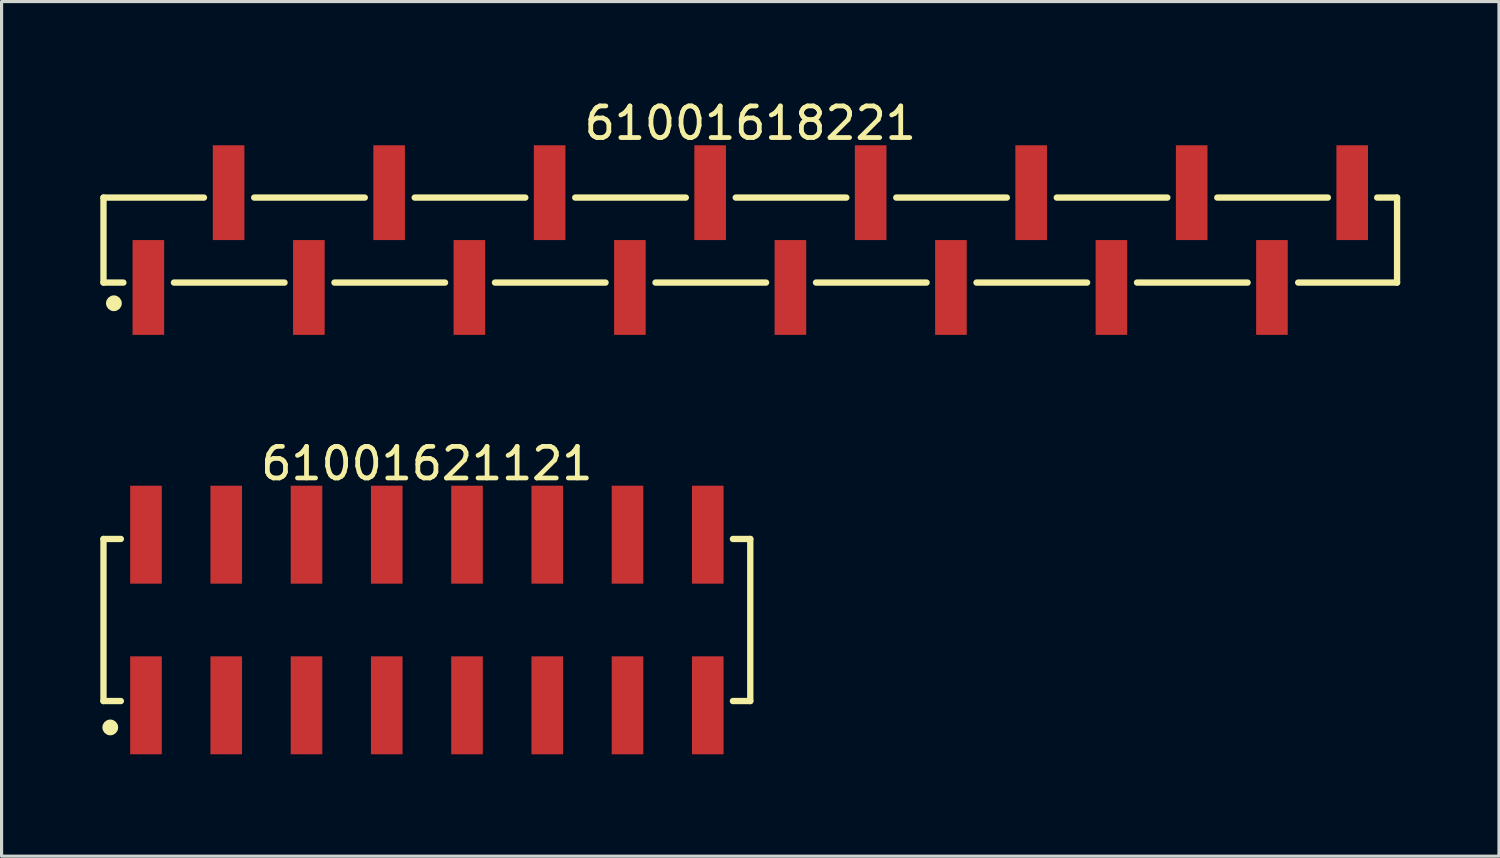
<source format=kicad_pcb>
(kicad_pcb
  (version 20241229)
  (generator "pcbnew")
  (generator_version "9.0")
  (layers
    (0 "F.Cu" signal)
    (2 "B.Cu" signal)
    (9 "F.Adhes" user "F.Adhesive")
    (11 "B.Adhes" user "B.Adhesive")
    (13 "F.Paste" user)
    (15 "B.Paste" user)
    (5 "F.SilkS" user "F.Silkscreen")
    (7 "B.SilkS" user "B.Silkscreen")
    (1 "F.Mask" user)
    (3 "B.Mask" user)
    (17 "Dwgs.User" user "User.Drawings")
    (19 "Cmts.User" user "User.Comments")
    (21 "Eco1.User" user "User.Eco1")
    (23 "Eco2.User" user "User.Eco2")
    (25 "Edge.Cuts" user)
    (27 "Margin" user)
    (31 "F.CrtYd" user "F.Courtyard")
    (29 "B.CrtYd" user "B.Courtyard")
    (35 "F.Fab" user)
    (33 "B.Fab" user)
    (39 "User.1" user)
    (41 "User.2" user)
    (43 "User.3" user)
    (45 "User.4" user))
  (footprint "61001618221"
    (layer "F.Cu")
    (at 20.695 4.548)
    (property "Reference" "61001618221" (at 0 -3.7 0) (layer "F.SilkS") (effects (font (size 1 1) (thickness 0.15))))
    (fp_line (start -20.47 -1.345) (end -17.29 -1.345) (stroke (width 0.2) (type solid)) (layer "F.SilkS"))
    (fp_line (start -20.47 1.345) (end -20.47 -1.345) (stroke (width 0.2) (type solid)) (layer "F.SilkS"))
    (fp_line (start -20.47 1.345) (end -19.84 1.345) (stroke (width 0.2) (type solid)) (layer "F.SilkS"))
    (fp_line (start -18.24 1.345) (end -14.74 1.345) (stroke (width 0.2) (type solid)) (layer "F.SilkS"))
    (fp_line (start -15.7 -1.345) (end -12.2 -1.345) (stroke (width 0.2) (type solid)) (layer "F.SilkS"))
    (fp_line (start -13.16 1.345) (end -9.66 1.345) (stroke (width 0.2) (type solid)) (layer "F.SilkS"))
    (fp_line (start -10.62 -1.345) (end -7.12 -1.345) (stroke (width 0.2) (type solid)) (layer "F.SilkS"))
    (fp_line (start -8.08 1.345) (end -4.58 1.345) (stroke (width 0.2) (type solid)) (layer "F.SilkS"))
    (fp_line (start -5.54 -1.345) (end -2.04 -1.345) (stroke (width 0.2) (type solid)) (layer "F.SilkS"))
    (fp_line (start -3 1.345) (end 0.5 1.345) (stroke (width 0.2) (type solid)) (layer "F.SilkS"))
    (fp_line (start -0.46 -1.345) (end 3.04 -1.345) (stroke (width 0.2) (type solid)) (layer "F.SilkS"))
    (fp_line (start 2.08 1.345) (end 5.58 1.345) (stroke (width 0.2) (type solid)) (layer "F.SilkS"))
    (fp_line (start 4.62 -1.345) (end 8.12 -1.345) (stroke (width 0.2) (type solid)) (layer "F.SilkS"))
    (fp_line (start 7.16 1.345) (end 10.66 1.345) (stroke (width 0.2) (type solid)) (layer "F.SilkS"))
    (fp_line (start 9.7 -1.345) (end 13.2 -1.345) (stroke (width 0.2) (type solid)) (layer "F.SilkS"))
    (fp_line (start 12.24 1.345) (end 15.74 1.345) (stroke (width 0.2) (type solid)) (layer "F.SilkS"))
    (fp_line (start 14.78 -1.345) (end 18.28 -1.345) (stroke (width 0.2) (type solid)) (layer "F.SilkS"))
    (fp_line (start 17.34 1.345) (end 20.47 1.345) (stroke (width 0.2) (type solid)) (layer "F.SilkS"))
    (fp_line (start 19.84 -1.345) (end 20.47 -1.345) (stroke (width 0.2) (type solid)) (layer "F.SilkS"))
    (fp_line (start 20.47 1.345) (end 20.47 -1.345) (stroke (width 0.2) (type solid)) (layer "F.SilkS"))
    (fp_circle (center -20.14 2) (end -20.14 1.875) (stroke (width 0.25) (type solid)) (fill no) (layer "F.SilkS"))
    (fp_line (start -20.67 -3.2) (end 20.67 -3.2) (stroke (width 0.05) (type solid)) (layer "Eco2.User"))
    (fp_line (start -20.67 3.2) (end -20.67 -3.2) (stroke (width 0.05) (type solid)) (layer "Eco2.User"))
    (fp_line (start -20.67 3.2) (end 20.67 3.2) (stroke (width 0.05) (type solid)) (layer "Eco2.User"))
    (fp_line (start -20.32 -1.27) (end 20.32 -1.27) (stroke (width 0.1) (type solid)) (layer "Eco2.User"))
    (fp_line (start -20.32 1.27) (end -20.32 -1.27) (stroke (width 0.1) (type solid)) (layer "Eco2.User"))
    (fp_line (start -20.32 1.27) (end 20.32 1.27) (stroke (width 0.1) (type solid)) (layer "Eco2.User"))
    (fp_line (start -19.37 2.5) (end -19.37 1.27) (stroke (width 0.1) (type solid)) (layer "Eco2.User"))
    (fp_line (start -19.37 2.5) (end -18.73 2.5) (stroke (width 0.1) (type solid)) (layer "Eco2.User"))
    (fp_line (start -18.73 2.5) (end -18.73 1.27) (stroke (width 0.1) (type solid)) (layer "Eco2.User"))
    (fp_line (start -16.83 -2.5) (end -16.19 -2.5) (stroke (width 0.1) (type solid)) (layer "Eco2.User"))
    (fp_line (start -16.83 -1.27) (end -16.83 -2.5) (stroke (width 0.1) (type solid)) (layer "Eco2.User"))
    (fp_line (start -16.19 -1.27) (end -16.19 -2.5) (stroke (width 0.1) (type solid)) (layer "Eco2.User"))
    (fp_line (start -14.29 2.5) (end -14.29 1.27) (stroke (width 0.1) (type solid)) (layer "Eco2.User"))
    (fp_line (start -14.29 2.5) (end -13.65 2.5) (stroke (width 0.1) (type solid)) (layer "Eco2.User"))
    (fp_line (start -13.65 2.5) (end -13.65 1.27) (stroke (width 0.1) (type solid)) (layer "Eco2.User"))
    (fp_line (start -11.75 -2.5) (end -11.11 -2.5) (stroke (width 0.1) (type solid)) (layer "Eco2.User"))
    (fp_line (start -11.75 -1.27) (end -11.75 -2.5) (stroke (width 0.1) (type solid)) (layer "Eco2.User"))
    (fp_line (start -11.11 -1.27) (end -11.11 -2.5) (stroke (width 0.1) (type solid)) (layer "Eco2.User"))
    (fp_line (start -9.21 2.5) (end -9.21 1.27) (stroke (width 0.1) (type solid)) (layer "Eco2.User"))
    (fp_line (start -9.21 2.5) (end -8.57 2.5) (stroke (width 0.1) (type solid)) (layer "Eco2.User"))
    (fp_line (start -8.57 2.5) (end -8.57 1.27) (stroke (width 0.1) (type solid)) (layer "Eco2.User"))
    (fp_line (start -6.67 -2.5) (end -6.03 -2.5) (stroke (width 0.1) (type solid)) (layer "Eco2.User"))
    (fp_line (start -6.67 -1.27) (end -6.67 -2.5) (stroke (width 0.1) (type solid)) (layer "Eco2.User"))
    (fp_line (start -6.03 -1.27) (end -6.03 -2.5) (stroke (width 0.1) (type solid)) (layer "Eco2.User"))
    (fp_line (start -4.13 2.5) (end -4.13 1.27) (stroke (width 0.1) (type solid)) (layer "Eco2.User"))
    (fp_line (start -4.13 2.5) (end -3.49 2.5) (stroke (width 0.1) (type solid)) (layer "Eco2.User"))
    (fp_line (start -3.49 2.5) (end -3.49 1.27) (stroke (width 0.1) (type solid)) (layer "Eco2.User"))
    (fp_line (start -1.59 -2.5) (end -0.95 -2.5) (stroke (width 0.1) (type solid)) (layer "Eco2.User"))
    (fp_line (start -1.59 -1.27) (end -1.59 -2.5) (stroke (width 0.1) (type solid)) (layer "Eco2.User"))
    (fp_line (start -0.95 -1.27) (end -0.95 -2.5) (stroke (width 0.1) (type solid)) (layer "Eco2.User"))
    (fp_line (start -0.5 0) (end 0.5 0) (stroke (width 0.05) (type solid)) (layer "Eco2.User"))
    (fp_line (start 0 0.5) (end 0 -0.5) (stroke (width 0.05) (type solid)) (layer "Eco2.User"))
    (fp_line (start 0.95 2.5) (end 0.95 1.27) (stroke (width 0.1) (type solid)) (layer "Eco2.User"))
    (fp_line (start 0.95 2.5) (end 1.59 2.5) (stroke (width 0.1) (type solid)) (layer "Eco2.User"))
    (fp_line (start 1.59 2.5) (end 1.59 1.27) (stroke (width 0.1) (type solid)) (layer "Eco2.User"))
    (fp_line (start 3.49 -2.5) (end 4.13 -2.5) (stroke (width 0.1) (type solid)) (layer "Eco2.User"))
    (fp_line (start 3.49 -1.27) (end 3.49 -2.5) (stroke (width 0.1) (type solid)) (layer "Eco2.User"))
    (fp_line (start 4.13 -1.27) (end 4.13 -2.5) (stroke (width 0.1) (type solid)) (layer "Eco2.User"))
    (fp_line (start 6.03 2.5) (end 6.03 1.27) (stroke (width 0.1) (type solid)) (layer "Eco2.User"))
    (fp_line (start 6.03 2.5) (end 6.67 2.5) (stroke (width 0.1) (type solid)) (layer "Eco2.User"))
    (fp_line (start 6.67 2.5) (end 6.67 1.27) (stroke (width 0.1) (type solid)) (layer "Eco2.User"))
    (fp_line (start 8.57 -2.5) (end 9.21 -2.5) (stroke (width 0.1) (type solid)) (layer "Eco2.User"))
    (fp_line (start 8.57 -1.27) (end 8.57 -2.5) (stroke (width 0.1) (type solid)) (layer "Eco2.User"))
    (fp_line (start 9.21 -1.27) (end 9.21 -2.5) (stroke (width 0.1) (type solid)) (layer "Eco2.User"))
    (fp_line (start 11.11 2.5) (end 11.11 1.27) (stroke (width 0.1) (type solid)) (layer "Eco2.User"))
    (fp_line (start 11.11 2.5) (end 11.75 2.5) (stroke (width 0.1) (type solid)) (layer "Eco2.User"))
    (fp_line (start 11.75 2.5) (end 11.75 1.27) (stroke (width 0.1) (type solid)) (layer "Eco2.User"))
    (fp_line (start 13.65 -2.5) (end 14.29 -2.5) (stroke (width 0.1) (type solid)) (layer "Eco2.User"))
    (fp_line (start 13.65 -1.27) (end 13.65 -2.5) (stroke (width 0.1) (type solid)) (layer "Eco2.User"))
    (fp_line (start 14.29 -1.27) (end 14.29 -2.5) (stroke (width 0.1) (type solid)) (layer "Eco2.User"))
    (fp_line (start 16.19 2.5) (end 16.19 1.27) (stroke (width 0.1) (type solid)) (layer "Eco2.User"))
    (fp_line (start 16.19 2.5) (end 16.83 2.5) (stroke (width 0.1) (type solid)) (layer "Eco2.User"))
    (fp_line (start 16.83 2.5) (end 16.83 1.27) (stroke (width 0.1) (type solid)) (layer "Eco2.User"))
    (fp_line (start 18.73 -2.5) (end 19.37 -2.5) (stroke (width 0.1) (type solid)) (layer "Eco2.User"))
    (fp_line (start 18.73 -1.27) (end 18.73 -2.5) (stroke (width 0.1) (type solid)) (layer "Eco2.User"))
    (fp_line (start 19.37 -1.27) (end 19.37 -2.5) (stroke (width 0.1) (type solid)) (layer "Eco2.User"))
    (fp_line (start 20.32 1.27) (end 20.32 -1.27) (stroke (width 0.1) (type solid)) (layer "Eco2.User"))
    (fp_line (start 20.67 3.2) (end 20.67 -3.2) (stroke (width 0.05) (type solid)) (layer "Eco2.User"))
    (fp_text user "${REFERENCE}" (at 0.15 -0.197 0) (unlocked yes) (layer "User.3") (effects (font (size 1.5 1.5) (thickness 0.15))))
    (pad "1" smd rect (at -19.05 1.5) (size 1 3) (layers "F.Cu" "F.Mask" "F.Paste"))
    (pad "2" smd rect (at -16.51 -1.5) (size 1 3) (layers "F.Cu" "F.Mask" "F.Paste"))
    (pad "3" smd rect (at -13.97 1.5) (size 1 3) (layers "F.Cu" "F.Mask" "F.Paste"))
    (pad "4" smd rect (at -11.43 -1.5) (size 1 3) (layers "F.Cu" "F.Mask" "F.Paste"))
    (pad "5" smd rect (at -8.89 1.5) (size 1 3) (layers "F.Cu" "F.Mask" "F.Paste"))
    (pad "6" smd rect (at -6.35 -1.5) (size 1 3) (layers "F.Cu" "F.Mask" "F.Paste"))
    (pad "7" smd rect (at -3.81 1.5) (size 1 3) (layers "F.Cu" "F.Mask" "F.Paste"))
    (pad "8" smd rect (at -1.27 -1.5) (size 1 3) (layers "F.Cu" "F.Mask" "F.Paste"))
    (pad "9" smd rect (at 1.27 1.5) (size 1 3) (layers "F.Cu" "F.Mask" "F.Paste"))
    (pad "10" smd rect (at 3.81 -1.5) (size 1 3) (layers "F.Cu" "F.Mask" "F.Paste"))
    (pad "11" smd rect (at 6.35 1.5) (size 1 3) (layers "F.Cu" "F.Mask" "F.Paste"))
    (pad "12" smd rect (at 8.89 -1.5) (size 1 3) (layers "F.Cu" "F.Mask" "F.Paste"))
    (pad "13" smd rect (at 11.43 1.5) (size 1 3) (layers "F.Cu" "F.Mask" "F.Paste"))
    (pad "14" smd rect (at 13.97 -1.5) (size 1 3) (layers "F.Cu" "F.Mask" "F.Paste"))
    (pad "15" smd rect (at 16.51 1.5) (size 1 3) (layers "F.Cu" "F.Mask" "F.Paste"))
    (pad "16" smd rect (at 19.05 -1.5) (size 1 3) (layers "F.Cu" "F.Mask" "F.Paste")))
  (footprint "61001621121"
    (layer "F.Cu")
    (at 10.46 16.572)
    (property "Reference" "61001621121" (at 0 -4.95 0) (layer "F.SilkS") (effects (font (size 1 1) (thickness 0.15))))
    (fp_line (start -10.235 -2.565) (end -9.685 -2.565) (stroke (width 0.2) (type solid)) (layer "F.SilkS"))
    (fp_line (start -10.235 2.565) (end -10.235 -2.565) (stroke (width 0.2) (type solid)) (layer "F.SilkS"))
    (fp_line (start -10.235 2.565) (end -9.685 2.565) (stroke (width 0.2) (type solid)) (layer "F.SilkS"))
    (fp_line (start 9.685 -2.565) (end 10.235 -2.565) (stroke (width 0.2) (type solid)) (layer "F.SilkS"))
    (fp_line (start 9.685 2.565) (end 10.235 2.565) (stroke (width 0.2) (type solid)) (layer "F.SilkS"))
    (fp_line (start 10.235 2.565) (end 10.235 -2.565) (stroke (width 0.2) (type solid)) (layer "F.SilkS"))
    (fp_circle (center -10.02 3.4) (end -10.02 3.275) (stroke (width 0.25) (type solid)) (fill no) (layer "F.SilkS"))
    (fp_line (start -10.435 -4.45) (end 10.435 -4.45) (stroke (width 0.05) (type solid)) (layer "Eco2.User"))
    (fp_line (start -10.435 4.45) (end -10.435 -4.45) (stroke (width 0.05) (type solid)) (layer "Eco2.User"))
    (fp_line (start -10.435 4.45) (end 10.435 4.45) (stroke (width 0.05) (type solid)) (layer "Eco2.User"))
    (fp_line (start -10.16 -2.54) (end 10.16 -2.54) (stroke (width 0.1) (type solid)) (layer "Eco2.User"))
    (fp_line (start -10.16 2.54) (end -10.16 -2.54) (stroke (width 0.1) (type solid)) (layer "Eco2.User"))
    (fp_line (start -10.16 2.54) (end 10.16 2.54) (stroke (width 0.1) (type solid)) (layer "Eco2.User"))
    (fp_line (start -9.21 -3.75) (end -8.57 -3.75) (stroke (width 0.1) (type solid)) (layer "Eco2.User"))
    (fp_line (start -9.21 -2.54) (end -9.21 -3.75) (stroke (width 0.1) (type solid)) (layer "Eco2.User"))
    (fp_line (start -9.21 3.75) (end -9.21 2.54) (stroke (width 0.1) (type solid)) (layer "Eco2.User"))
    (fp_line (start -9.21 3.75) (end -8.57 3.75) (stroke (width 0.1) (type solid)) (layer "Eco2.User"))
    (fp_line (start -8.57 -2.54) (end -8.57 -3.75) (stroke (width 0.1) (type solid)) (layer "Eco2.User"))
    (fp_line (start -8.57 3.75) (end -8.57 2.54) (stroke (width 0.1) (type solid)) (layer "Eco2.User"))
    (fp_line (start -6.67 -3.75) (end -6.03 -3.75) (stroke (width 0.1) (type solid)) (layer "Eco2.User"))
    (fp_line (start -6.67 -2.54) (end -6.67 -3.75) (stroke (width 0.1) (type solid)) (layer "Eco2.User"))
    (fp_line (start -6.67 3.75) (end -6.67 2.54) (stroke (width 0.1) (type solid)) (layer "Eco2.User"))
    (fp_line (start -6.67 3.75) (end -6.03 3.75) (stroke (width 0.1) (type solid)) (layer "Eco2.User"))
    (fp_line (start -6.03 -2.54) (end -6.03 -3.75) (stroke (width 0.1) (type solid)) (layer "Eco2.User"))
    (fp_line (start -6.03 3.75) (end -6.03 2.54) (stroke (width 0.1) (type solid)) (layer "Eco2.User"))
    (fp_line (start -4.13 -3.75) (end -3.49 -3.75) (stroke (width 0.1) (type solid)) (layer "Eco2.User"))
    (fp_line (start -4.13 -2.54) (end -4.13 -3.75) (stroke (width 0.1) (type solid)) (layer "Eco2.User"))
    (fp_line (start -4.13 3.75) (end -4.13 2.54) (stroke (width 0.1) (type solid)) (layer "Eco2.User"))
    (fp_line (start -4.13 3.75) (end -3.49 3.75) (stroke (width 0.1) (type solid)) (layer "Eco2.User"))
    (fp_line (start -3.49 -2.54) (end -3.49 -3.75) (stroke (width 0.1) (type solid)) (layer "Eco2.User"))
    (fp_line (start -3.49 3.75) (end -3.49 2.54) (stroke (width 0.1) (type solid)) (layer "Eco2.User"))
    (fp_line (start -1.59 -3.75) (end -0.95 -3.75) (stroke (width 0.1) (type solid)) (layer "Eco2.User"))
    (fp_line (start -1.59 -2.54) (end -1.59 -3.75) (stroke (width 0.1) (type solid)) (layer "Eco2.User"))
    (fp_line (start -1.59 3.75) (end -1.59 2.54) (stroke (width 0.1) (type solid)) (layer "Eco2.User"))
    (fp_line (start -1.59 3.75) (end -0.95 3.75) (stroke (width 0.1) (type solid)) (layer "Eco2.User"))
    (fp_line (start -0.95 -2.54) (end -0.95 -3.75) (stroke (width 0.1) (type solid)) (layer "Eco2.User"))
    (fp_line (start -0.95 3.75) (end -0.95 2.54) (stroke (width 0.1) (type solid)) (layer "Eco2.User"))
    (fp_line (start -0.5 0) (end 0.5 0) (stroke (width 0.05) (type solid)) (layer "Eco2.User"))
    (fp_line (start 0 0.5) (end 0 -0.5) (stroke (width 0.05) (type solid)) (layer "Eco2.User"))
    (fp_line (start 0.95 -3.75) (end 1.59 -3.75) (stroke (width 0.1) (type solid)) (layer "Eco2.User"))
    (fp_line (start 0.95 -2.54) (end 0.95 -3.75) (stroke (width 0.1) (type solid)) (layer "Eco2.User"))
    (fp_line (start 0.95 3.75) (end 0.95 2.54) (stroke (width 0.1) (type solid)) (layer "Eco2.User"))
    (fp_line (start 0.95 3.75) (end 1.59 3.75) (stroke (width 0.1) (type solid)) (layer "Eco2.User"))
    (fp_line (start 1.59 -2.54) (end 1.59 -3.75) (stroke (width 0.1) (type solid)) (layer "Eco2.User"))
    (fp_line (start 1.59 3.75) (end 1.59 2.54) (stroke (width 0.1) (type solid)) (layer "Eco2.User"))
    (fp_line (start 3.49 -3.75) (end 4.13 -3.75) (stroke (width 0.1) (type solid)) (layer "Eco2.User"))
    (fp_line (start 3.49 -2.54) (end 3.49 -3.75) (stroke (width 0.1) (type solid)) (layer "Eco2.User"))
    (fp_line (start 3.49 3.75) (end 3.49 2.54) (stroke (width 0.1) (type solid)) (layer "Eco2.User"))
    (fp_line (start 3.49 3.75) (end 4.13 3.75) (stroke (width 0.1) (type solid)) (layer "Eco2.User"))
    (fp_line (start 4.13 -2.54) (end 4.13 -3.75) (stroke (width 0.1) (type solid)) (layer "Eco2.User"))
    (fp_line (start 4.13 3.75) (end 4.13 2.54) (stroke (width 0.1) (type solid)) (layer "Eco2.User"))
    (fp_line (start 6.03 -3.75) (end 6.67 -3.75) (stroke (width 0.1) (type solid)) (layer "Eco2.User"))
    (fp_line (start 6.03 -2.54) (end 6.03 -3.75) (stroke (width 0.1) (type solid)) (layer "Eco2.User"))
    (fp_line (start 6.03 3.75) (end 6.03 2.54) (stroke (width 0.1) (type solid)) (layer "Eco2.User"))
    (fp_line (start 6.03 3.75) (end 6.67 3.75) (stroke (width 0.1) (type solid)) (layer "Eco2.User"))
    (fp_line (start 6.67 -2.54) (end 6.67 -3.75) (stroke (width 0.1) (type solid)) (layer "Eco2.User"))
    (fp_line (start 6.67 3.75) (end 6.67 2.54) (stroke (width 0.1) (type solid)) (layer "Eco2.User"))
    (fp_line (start 8.57 -3.75) (end 9.21 -3.75) (stroke (width 0.1) (type solid)) (layer "Eco2.User"))
    (fp_line (start 8.57 -2.54) (end 8.57 -3.75) (stroke (width 0.1) (type solid)) (layer "Eco2.User"))
    (fp_line (start 8.57 3.75) (end 8.57 2.54) (stroke (width 0.1) (type solid)) (layer "Eco2.User"))
    (fp_line (start 8.57 3.75) (end 9.21 3.75) (stroke (width 0.1) (type solid)) (layer "Eco2.User"))
    (fp_line (start 9.21 -2.54) (end 9.21 -3.75) (stroke (width 0.1) (type solid)) (layer "Eco2.User"))
    (fp_line (start 9.21 3.75) (end 9.21 2.54) (stroke (width 0.1) (type solid)) (layer "Eco2.User"))
    (fp_line (start 10.16 2.54) (end 10.16 -2.54) (stroke (width 0.1) (type solid)) (layer "Eco2.User"))
    (fp_line (start 10.435 4.45) (end 10.435 -4.45) (stroke (width 0.05) (type solid)) (layer "Eco2.User"))
    (fp_text user "${REFERENCE}" (at 0.15 -0.197 0) (unlocked yes) (layer "User.3") (effects (font (size 1.5 1.5) (thickness 0.15))))
    (pad "1" smd rect (at -8.89 2.7) (size 1 3.1) (layers "F.Cu" "F.Mask" "F.Paste"))
    (pad "2" smd rect (at -8.89 -2.7) (size 1 3.1) (layers "F.Cu" "F.Mask" "F.Paste"))
    (pad "3" smd rect (at -6.35 2.7) (size 1 3.1) (layers "F.Cu" "F.Mask" "F.Paste"))
    (pad "4" smd rect (at -6.35 -2.7) (size 1 3.1) (layers "F.Cu" "F.Mask" "F.Paste"))
    (pad "5" smd rect (at -3.81 2.7) (size 1 3.1) (layers "F.Cu" "F.Mask" "F.Paste"))
    (pad "6" smd rect (at -3.81 -2.7) (size 1 3.1) (layers "F.Cu" "F.Mask" "F.Paste"))
    (pad "7" smd rect (at -1.27 2.7) (size 1 3.1) (layers "F.Cu" "F.Mask" "F.Paste"))
    (pad "8" smd rect (at -1.27 -2.7) (size 1 3.1) (layers "F.Cu" "F.Mask" "F.Paste"))
    (pad "9" smd rect (at 1.27 2.7) (size 1 3.1) (layers "F.Cu" "F.Mask" "F.Paste"))
    (pad "10" smd rect (at 1.27 -2.7) (size 1 3.1) (layers "F.Cu" "F.Mask" "F.Paste"))
    (pad "11" smd rect (at 3.81 2.7) (size 1 3.1) (layers "F.Cu" "F.Mask" "F.Paste"))
    (pad "12" smd rect (at 3.81 -2.7) (size 1 3.1) (layers "F.Cu" "F.Mask" "F.Paste"))
    (pad "13" smd rect (at 6.35 2.7) (size 1 3.1) (layers "F.Cu" "F.Mask" "F.Paste"))
    (pad "14" smd rect (at 6.35 -2.7) (size 1 3.1) (layers "F.Cu" "F.Mask" "F.Paste"))
    (pad "15" smd rect (at 8.89 2.7) (size 1 3.1) (layers "F.Cu" "F.Mask" "F.Paste"))
    (pad "16" smd rect (at 8.89 -2.7) (size 1 3.1) (layers "F.Cu" "F.Mask" "F.Paste")))
  (gr_rect
    (start -3 -3)
    (end 44.39 24.047)
    (stroke (width 0.1) (type default))
    (fill no)
    (layer "Edge.Cuts")))
</source>
